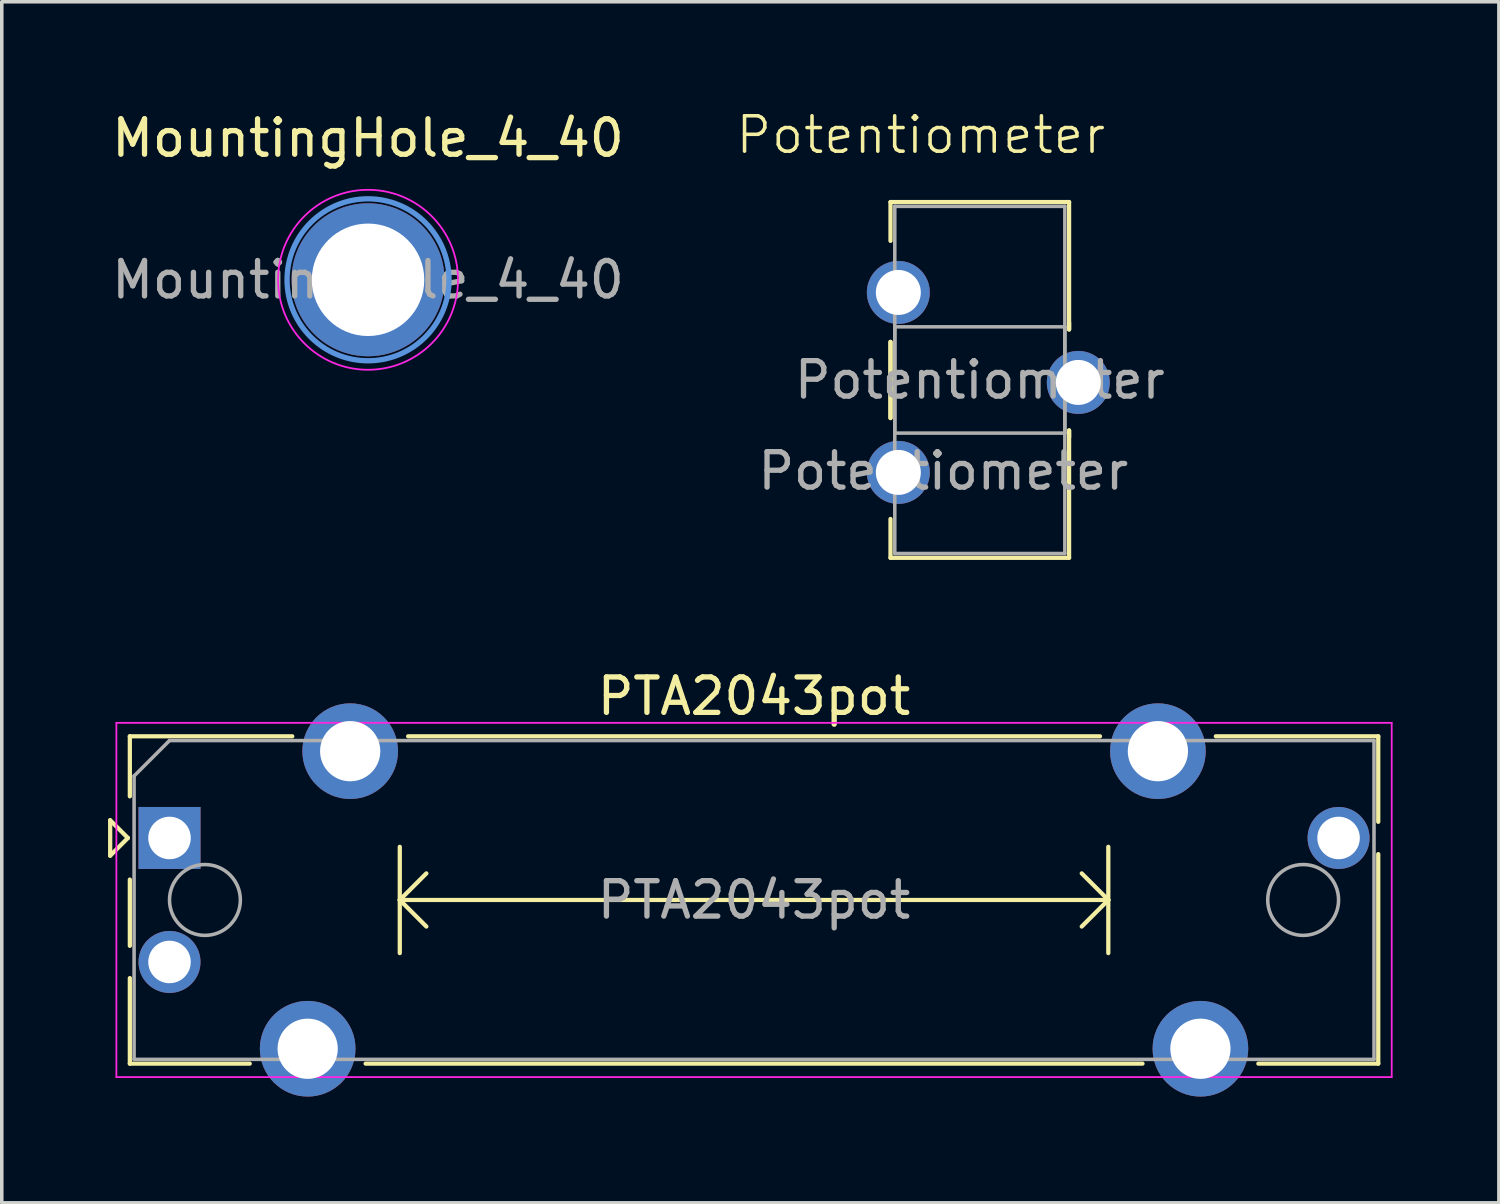
<source format=kicad_pcb>
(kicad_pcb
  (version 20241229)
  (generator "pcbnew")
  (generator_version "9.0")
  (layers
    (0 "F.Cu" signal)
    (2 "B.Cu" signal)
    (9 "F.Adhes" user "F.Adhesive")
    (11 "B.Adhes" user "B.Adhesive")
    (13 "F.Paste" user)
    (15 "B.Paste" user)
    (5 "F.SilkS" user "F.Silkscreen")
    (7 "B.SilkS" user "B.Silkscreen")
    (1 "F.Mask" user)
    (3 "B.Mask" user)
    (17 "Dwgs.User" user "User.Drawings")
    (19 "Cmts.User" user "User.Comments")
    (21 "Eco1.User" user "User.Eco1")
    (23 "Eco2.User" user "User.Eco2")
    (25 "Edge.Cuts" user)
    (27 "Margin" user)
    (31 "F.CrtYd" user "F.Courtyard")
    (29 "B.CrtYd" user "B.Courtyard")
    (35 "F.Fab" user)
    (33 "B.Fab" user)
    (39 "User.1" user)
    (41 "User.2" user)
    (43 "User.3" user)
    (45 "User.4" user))
  (footprint "Potentiometer"
    (layer "F.Cu")
    (at 23.578 7.745)
    (property "Reference" "Potentiometer" (at -0.635 -6.985 0) (unlocked yes) (layer "F.SilkS") (effects (font (size 1 1) (thickness 0.1))))
    (attr through_hole)
    (fp_line (start -1.491 -5.091) (end -1.491 -3.996) (stroke (width 0.12) (type solid)) (layer "F.SilkS"))
    (fp_line (start -1.491 -5.091) (end 3.55 -5.091) (stroke (width 0.12) (type solid)) (layer "F.SilkS"))
    (fp_line (start -1.491 -1.144) (end -1.491 1.005) (stroke (width 0.12) (type solid)) (layer "F.SilkS"))
    (fp_line (start -1.491 -1.144) (end -1.491 1.005) (stroke (width 0.12) (type solid)) (layer "F.SilkS"))
    (fp_line (start -1.491 3.855) (end -1.491 4.95) (stroke (width 0.12) (type solid)) (layer "F.SilkS"))
    (fp_line (start -1.491 4.95) (end 3.55 4.95) (stroke (width 0.12) (type solid)) (layer "F.SilkS"))
    (fp_line (start 3.55 -5.091) (end 3.55 -1.495) (stroke (width 0.12) (type solid)) (layer "F.SilkS"))
    (fp_line (start 3.55 -1.69) (end 3.55 -1.495) (stroke (width 0.12) (type solid)) (layer "F.SilkS"))
    (fp_line (start 3.55 1.355) (end 3.55 1.55) (stroke (width 0.12) (type solid)) (layer "F.SilkS"))
    (fp_line (start 3.55 1.355) (end 3.55 4.95) (stroke (width 0.12) (type solid)) (layer "F.SilkS"))
    (fp_line (start -1.37 -4.97) (end 3.43 -4.97) (stroke (width 0.1) (type solid)) (layer "F.Fab"))
    (fp_line (start -1.37 -1.57) (end -1.37 1.43) (stroke (width 0.1) (type solid)) (layer "F.Fab"))
    (fp_line (start -1.37 1.43) (end 3.43 1.43) (stroke (width 0.1) (type solid)) (layer "F.Fab"))
    (fp_line (start -1.37 4.83) (end -1.37 -4.97) (stroke (width 0.1) (type solid)) (layer "F.Fab"))
    (fp_line (start 3.43 -4.97) (end 3.43 4.83) (stroke (width 0.1) (type solid)) (layer "F.Fab"))
    (fp_line (start 3.43 -1.57) (end -1.37 -1.57) (stroke (width 0.1) (type solid)) (layer "F.Fab"))
    (fp_line (start 3.43 1.43) (end 3.43 -1.57) (stroke (width 0.1) (type solid)) (layer "F.Fab"))
    (fp_line (start 3.43 4.83) (end -1.37 4.83) (stroke (width 0.1) (type solid)) (layer "F.Fab"))
    (fp_text user "${REFERENCE}" (at 1.03 -0.07 0) (layer "F.Fab") (effects (font (size 1 1) (thickness 0.15))))
    (fp_text user "${REFERENCE}" (at 0 2.5 0) (unlocked yes) (layer "F.Fab") (effects (font (size 1 1) (thickness 0.15))))
    (pad "1" thru_hole circle (at -1.27 -2.54) (size 1.778 1.778) (drill 1.27) (layers "*.Cu" "*.Mask"))
    (pad "2" thru_hole circle (at 3.81 0) (size 1.778 1.778) (drill 1.27) (layers "*.Cu" "*.Mask"))
    (pad "3" thru_hole circle (at -1.27 2.54) (size 1.778 1.778) (drill 1.27) (layers "*.Cu" "*.Mask")))
  (footprint "MountingHole_4_40"
    (layer "F.Cu")
    (at 7.339 4.848)
    (property "Reference" "MountingHole_4_40" (at 0 -4 0) (layer "F.SilkS") (effects (font (size 1 1) (thickness 0.15))))
    (attr exclude_from_pos_files exclude_from_bom)
    (fp_circle (center 0 0) (end 2.286 0) (stroke (width 0.15) (type solid)) (fill no) (layer "Cmts.User"))
    (fp_circle (center 0 0) (end 2.54 0) (stroke (width 0.05) (type solid)) (fill no) (layer "F.CrtYd"))
    (fp_text user "${REFERENCE}" (at 0 0 0) (layer "F.Fab") (effects (font (size 1 1) (thickness 0.15))))
    (pad "1" thru_hole circle (at 0 0) (size 4.318 4.318) (drill 3.175) (layers "*.Cu" "*.Mask")))
  (footprint "PTA2043pot"
    (layer "F.Cu")
    (at 1.735 20.604)
    (property "Reference" "PTA2043pot" (at 16.5 -4 0) (layer "F.SilkS") (effects (font (size 1 1) (thickness 0.15))))
    (attr through_hole)
    (fp_line (start -1.675 -0.5) (end -1.675 0.5) (stroke (width 0.12) (type solid)) (layer "F.SilkS"))
    (fp_line (start -1.675 0.5) (end -1.175 0) (stroke (width 0.12) (type solid)) (layer "F.SilkS"))
    (fp_line (start -1.175 0) (end -1.675 -0.5) (stroke (width 0.12) (type solid)) (layer "F.SilkS"))
    (fp_line (start -1.12 -2.87) (end -1.12 -1.175) (stroke (width 0.12) (type solid)) (layer "F.SilkS"))
    (fp_line (start -1.12 -2.87) (end 3.465 -2.87) (stroke (width 0.12) (type solid)) (layer "F.SilkS"))
    (fp_line (start -1.12 1.175) (end -1.12 3.045) (stroke (width 0.12) (type solid)) (layer "F.SilkS"))
    (fp_line (start -1.12 3.956) (end -1.12 6.37) (stroke (width 0.12) (type solid)) (layer "F.SilkS"))
    (fp_line (start -1.12 6.37) (end 2.265 6.37) (stroke (width 0.12) (type solid)) (layer "F.SilkS"))
    (fp_line (start 5.536 6.37) (end 27.465 6.37) (stroke (width 0.12) (type solid)) (layer "F.SilkS"))
    (fp_line (start 6.5 0.25) (end 6.5 3.25) (stroke (width 0.12) (type solid)) (layer "F.SilkS"))
    (fp_line (start 6.5 1.75) (end 7.25 2.5) (stroke (width 0.12) (type solid)) (layer "F.SilkS"))
    (fp_line (start 6.5 1.75) (end 26.5 1.75) (stroke (width 0.12) (type solid)) (layer "F.SilkS"))
    (fp_line (start 6.736 -2.87) (end 26.265 -2.87) (stroke (width 0.12) (type solid)) (layer "F.SilkS"))
    (fp_line (start 7.25 1) (end 6.5 1.75) (stroke (width 0.12) (type solid)) (layer "F.SilkS"))
    (fp_line (start 25.75 1) (end 26.5 1.75) (stroke (width 0.12) (type solid)) (layer "F.SilkS"))
    (fp_line (start 26.5 0.25) (end 26.5 3.25) (stroke (width 0.12) (type solid)) (layer "F.SilkS"))
    (fp_line (start 26.5 1.75) (end 25.75 2.5) (stroke (width 0.12) (type solid)) (layer "F.SilkS"))
    (fp_line (start 29.536 -2.87) (end 34.12 -2.87) (stroke (width 0.12) (type solid)) (layer "F.SilkS"))
    (fp_line (start 30.736 6.37) (end 34.12 6.37) (stroke (width 0.12) (type solid)) (layer "F.SilkS"))
    (fp_line (start 34.12 -2.87) (end 34.12 -0.456) (stroke (width 0.12) (type solid)) (layer "F.SilkS"))
    (fp_line (start 34.12 0.456) (end 34.12 6.37) (stroke (width 0.12) (type solid)) (layer "F.SilkS"))
    (fp_line (start -1.5 -3.25) (end -1.5 6.75) (stroke (width 0.05) (type solid)) (layer "F.CrtYd"))
    (fp_line (start -1.5 6.75) (end 34.5 6.75) (stroke (width 0.05) (type solid)) (layer "F.CrtYd"))
    (fp_line (start 34.5 -3.25) (end -1.5 -3.25) (stroke (width 0.05) (type solid)) (layer "F.CrtYd"))
    (fp_line (start 34.5 6.75) (end 34.5 -3.25) (stroke (width 0.05) (type solid)) (layer "F.CrtYd"))
    (fp_line (start -1 -1.75) (end 0 -2.75) (stroke (width 0.1) (type solid)) (layer "F.Fab"))
    (fp_line (start -1 6.25) (end -1 -1.75) (stroke (width 0.1) (type solid)) (layer "F.Fab"))
    (fp_line (start 0 -2.75) (end 34 -2.75) (stroke (width 0.1) (type solid)) (layer "F.Fab"))
    (fp_line (start 34 -2.75) (end 34 6.25) (stroke (width 0.1) (type solid)) (layer "F.Fab"))
    (fp_line (start 34 6.25) (end -1 6.25) (stroke (width 0.1) (type solid)) (layer "F.Fab"))
    (fp_circle (center 1 1.75) (end 2 1.75) (stroke (width 0.1) (type solid)) (fill no) (layer "F.Fab"))
    (fp_circle (center 32 1.75) (end 33 1.75) (stroke (width 0.1) (type solid)) (fill no) (layer "F.Fab"))
    (fp_text user "${REFERENCE}" (at 16.5 1.75 0) (layer "F.Fab") (effects (font (size 1 1) (thickness 0.15))))
    (pad "" np_thru_hole circle (at 3.9 5.95) (size 2.7 2.7) (drill 1.7) (layers "*.Cu" "*.Mask"))
    (pad "" np_thru_hole circle (at 5.1 -2.45) (size 2.7 2.7) (drill 1.7) (layers "*.Cu" "*.Mask"))
    (pad "" np_thru_hole circle (at 27.9 -2.45) (size 2.7 2.7) (drill 1.7) (layers "*.Cu" "*.Mask"))
    (pad "" np_thru_hole circle (at 29.1 5.95) (size 2.7 2.7) (drill 1.7) (layers "*.Cu" "*.Mask"))
    (pad "1" thru_hole rect (at 0 0) (size 1.75 1.75) (drill 1.2) (layers "*.Cu" "*.Mask"))
    (pad "2" thru_hole circle (at 0 3.5) (size 1.75 1.75) (drill 1.2) (layers "*.Cu" "*.Mask"))
    (pad "3" thru_hole circle (at 33 0) (size 1.75 1.75) (drill 1.2) (layers "*.Cu" "*.Mask")))
  (gr_rect
    (start -3 -3)
    (end 39.26 30.904)
    (stroke (width 0.1) (type default))
    (fill no)
    (layer "Edge.Cuts")))
</source>
